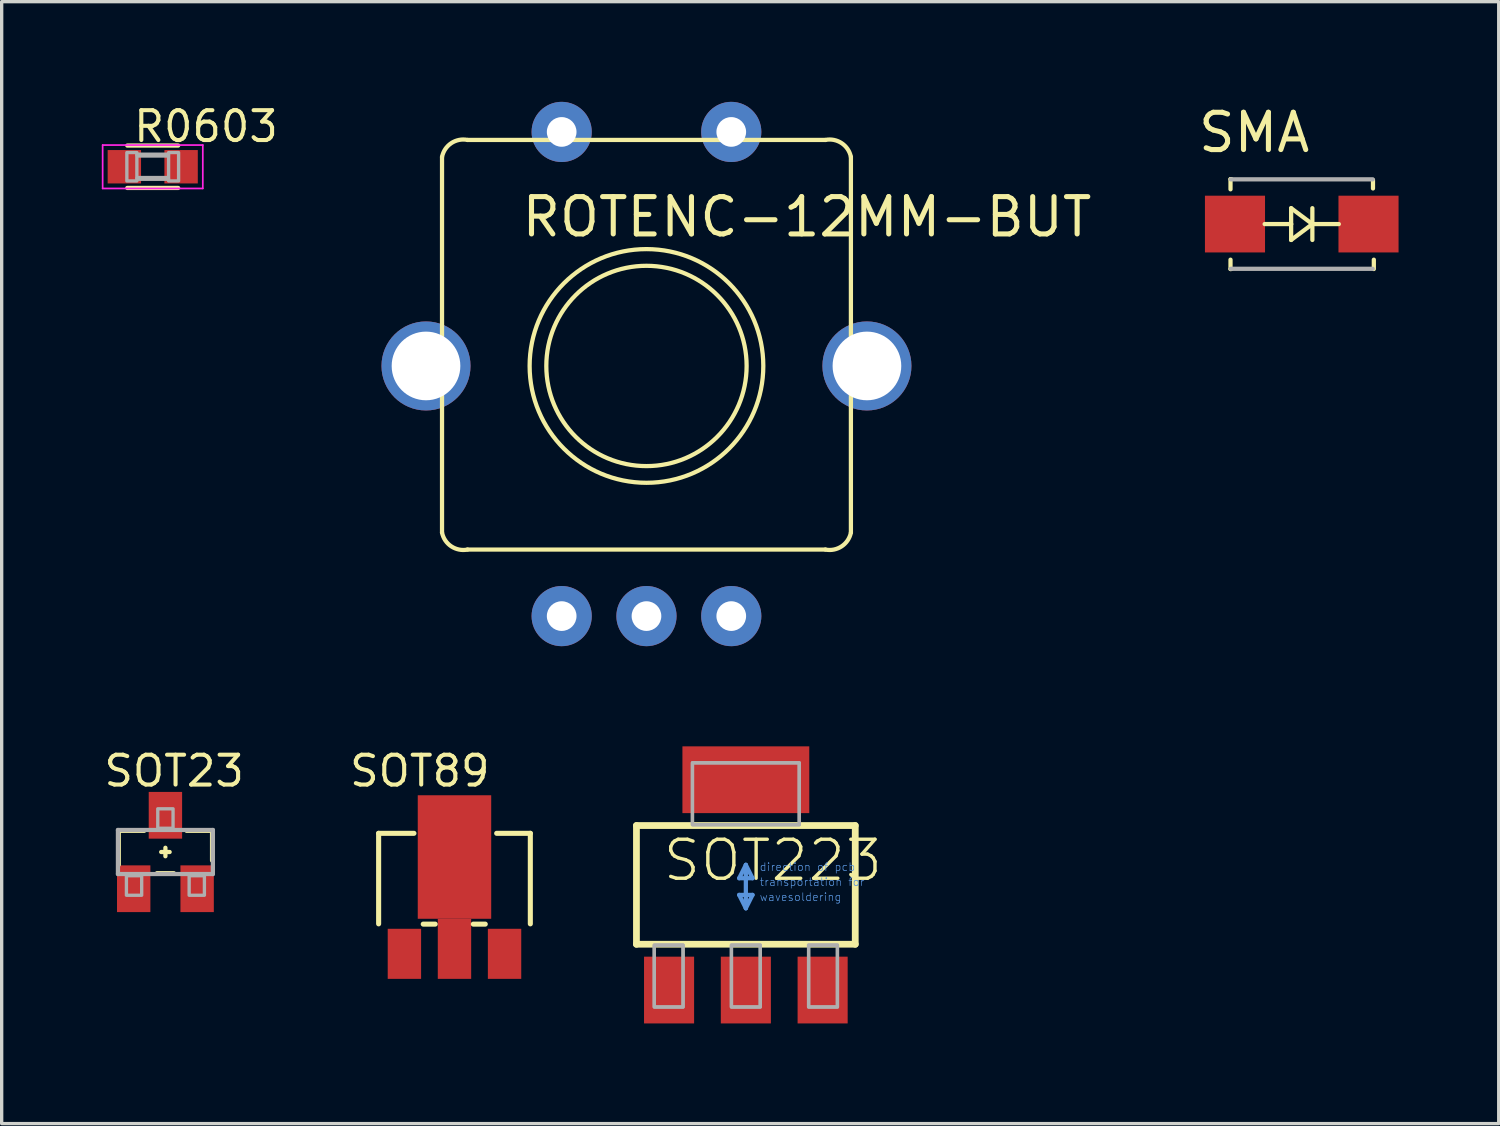
<source format=kicad_pcb>
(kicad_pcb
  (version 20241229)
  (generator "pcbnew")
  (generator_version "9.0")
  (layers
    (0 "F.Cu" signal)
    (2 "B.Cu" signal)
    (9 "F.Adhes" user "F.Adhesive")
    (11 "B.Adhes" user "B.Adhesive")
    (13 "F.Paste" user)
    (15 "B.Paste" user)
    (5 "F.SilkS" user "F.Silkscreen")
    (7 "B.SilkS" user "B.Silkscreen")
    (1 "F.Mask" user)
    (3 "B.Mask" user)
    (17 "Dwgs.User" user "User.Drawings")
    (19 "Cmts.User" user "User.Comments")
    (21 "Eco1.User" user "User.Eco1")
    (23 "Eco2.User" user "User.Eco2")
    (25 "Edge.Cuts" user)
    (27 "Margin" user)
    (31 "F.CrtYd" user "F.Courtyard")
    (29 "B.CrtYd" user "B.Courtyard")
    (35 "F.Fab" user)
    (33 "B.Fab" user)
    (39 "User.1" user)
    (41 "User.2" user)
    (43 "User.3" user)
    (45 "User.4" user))
  (footprint "SOT23"
    (layer "F.Cu")
    (at 1.905 22.472)
    (property "Reference" "SOT23" (at -1.905 -1.905 0) (unlocked yes) (layer "F.SilkS") (effects (font (size 0.894 0.894) (thickness 0.122)) (justify left bottom)))
    (fp_line (start -1.397 -0.635) (end -1.397 0.381) (stroke (width 0.127) (type solid)) (layer "F.SilkS"))
    (fp_line (start -0.635 -0.635) (end -1.397 -0.635) (stroke (width 0.127) (type solid)) (layer "F.SilkS"))
    (fp_line (start -0.254 0.635) (end 0.254 0.635) (stroke (width 0.127) (type solid)) (layer "F.SilkS"))
    (fp_line (start -0.127 0) (end 0.127 0) (stroke (width 0.127) (type solid)) (layer "F.SilkS"))
    (fp_line (start 0 -0.127) (end 0 0.127) (stroke (width 0.127) (type solid)) (layer "F.SilkS"))
    (fp_line (start 0.635 -0.635) (end 1.397 -0.635) (stroke (width 0.127) (type solid)) (layer "F.SilkS"))
    (fp_line (start 1.397 -0.635) (end 1.397 0.254) (stroke (width 0.127) (type solid)) (layer "F.SilkS"))
    (fp_line (start -1.422 -0.66) (end 1.422 -0.66) (stroke (width 0.127) (type solid)) (layer "F.Fab"))
    (fp_line (start -1.422 0.66) (end -1.422 -0.66) (stroke (width 0.127) (type solid)) (layer "F.Fab"))
    (fp_line (start 1.422 -0.66) (end 1.422 0.66) (stroke (width 0.127) (type solid)) (layer "F.Fab"))
    (fp_line (start 1.422 0.66) (end -1.422 0.66) (stroke (width 0.127) (type solid)) (layer "F.Fab"))
    (fp_poly (pts (xy -1.168 1.295) (xy -0.711 1.295) (xy -0.711 0.711) (xy -1.168 0.711)) (stroke (width 0.1) (type default)) (fill no) (layer "F.Fab"))
    (fp_poly (pts (xy -0.229 -0.711) (xy 0.229 -0.711) (xy 0.229 -1.295) (xy -0.229 -1.295)) (stroke (width 0.1) (type default)) (fill no) (layer "F.Fab"))
    (fp_poly (pts (xy 0.711 1.295) (xy 1.168 1.295) (xy 1.168 0.711) (xy 0.711 0.711)) (stroke (width 0.1) (type default)) (fill no) (layer "F.Fab"))
    (pad "1" smd rect (at -0.95 1.1) (size 1 1.4) (layers "F.Cu" "F.Mask" "F.Paste"))
    (pad "2" smd rect (at 0.95 1.1) (size 1 1.4) (layers "F.Cu" "F.Mask" "F.Paste"))
    (pad "3" smd rect (at 0 -1.1) (size 1 1.4) (layers "F.Cu" "F.Mask" "F.Paste")))
  (footprint "R0603"
    (layer "F.Cu")
    (at 1.525 1.945)
    (property "Reference" "R0603" (at -0.635 -0.685 0) (unlocked yes) (layer "F.SilkS") (effects (font (size 0.894 0.894) (thickness 0.122)) (justify left bottom)))
    (fp_line (start -0.762 -0.635) (end 0.762 -0.635) (stroke (width 0.127) (type solid)) (layer "F.SilkS"))
    (fp_line (start -0.762 0.635) (end 0.762 0.635) (stroke (width 0.127) (type solid)) (layer "F.SilkS"))
    (fp_line (start -1.5 -0.65) (end 1.5 -0.65) (stroke (width 0.051) (type solid)) (layer "F.CrtYd"))
    (fp_line (start -1.5 0.65) (end -1.5 -0.65) (stroke (width 0.051) (type solid)) (layer "F.CrtYd"))
    (fp_line (start 1.5 -0.65) (end 1.5 0.65) (stroke (width 0.051) (type solid)) (layer "F.CrtYd"))
    (fp_line (start 1.5 0.65) (end -1.5 0.65) (stroke (width 0.051) (type solid)) (layer "F.CrtYd"))
    (fp_line (start -0.445 -0.349) (end 0.445 -0.349) (stroke (width 0.152) (type solid)) (layer "F.Fab"))
    (fp_line (start 0.445 0.349) (end -0.445 0.349) (stroke (width 0.152) (type solid)) (layer "F.Fab"))
    (fp_poly (pts (xy -0.775 0.425) (xy -0.475 0.425) (xy -0.475 -0.425) (xy -0.775 -0.425)) (stroke (width 0.1) (type default)) (fill no) (layer "F.Fab"))
    (fp_poly (pts (xy 0.475 0.425) (xy 0.775 0.425) (xy 0.775 -0.425) (xy 0.475 -0.425)) (stroke (width 0.1) (type default)) (fill no) (layer "F.Fab"))
    (pad "1" smd rect (at -0.85 0) (size 1 1) (layers "F.Cu" "F.Mask" "F.Paste"))
    (pad "2" smd rect (at 0.85 0) (size 1 1) (layers "F.Cu" "F.Mask" "F.Paste")))
  (footprint "ROTENC-12MM-BUT"
    (layer "F.Cu")
    (at 16.315 7.912)
    (property "Reference" "ROTENC-12MM-BUT" (at -3.81 -3.81 0) (unlocked yes) (layer "F.SilkS") (effects (font (size 1.118 1.118) (thickness 0.152)) (justify left bottom)))
    (fp_line (start -6.124 -6.26) (end -6.124 4.99) (stroke (width 0.127) (type solid)) (layer "F.SilkS"))
    (fp_line (start -5.36 5.5) (end 5.36 5.5) (stroke (width 0.127) (type solid)) (layer "F.SilkS"))
    (fp_line (start 5.36 -6.77) (end -5.36 -6.77) (stroke (width 0.127) (type solid)) (layer "F.SilkS"))
    (fp_line (start 6.124 4.99) (end 6.124 -6.26) (stroke (width 0.127) (type solid)) (layer "F.SilkS"))
    (fp_arc (start -6.124 -6.2601) (mid -5.847654 -6.673259) (end -5.3601 -6.77) (stroke (width 0.127) (type solid)) (layer "F.SilkS"))
    (fp_arc (start -5.3601 5.5) (mid -5.847654 5.403259) (end -6.124 4.9901) (stroke (width 0.127) (type solid)) (layer "F.SilkS"))
    (fp_arc (start 5.3601 -6.77) (mid 5.847654 -6.673259) (end 6.124 -6.2601) (stroke (width 0.127) (type solid)) (layer "F.SilkS"))
    (fp_arc (start 6.124 4.9901) (mid 5.847654 5.403259) (end 5.3601 5.5) (stroke (width 0.127) (type solid)) (layer "F.SilkS"))
    (fp_circle (center 0 0) (end 3 0) (stroke (width 0.127) (type solid)) (fill no) (layer "F.SilkS"))
    (fp_circle (center 0 0) (end 3.5 0) (stroke (width 0.127) (type solid)) (fill no) (layer "F.SilkS"))
    (pad "1" thru_hole circle (at -2.54 7.493 90) (size 1.803 1.803) (drill 0.889) (layers "*.Cu" "*.Mask"))
    (pad "2" thru_hole circle (at 0 7.493 90) (size 1.803 1.803) (drill 0.889) (layers "*.Cu" "*.Mask"))
    (pad "3" thru_hole circle (at 2.54 7.493 90) (size 1.803 1.803) (drill 0.889) (layers "*.Cu" "*.Mask"))
    (pad "P$4" thru_hole circle (at -6.604 0) (size 2.667 2.667) (drill 2.057) (layers "*.Cu" "*.Mask"))
    (pad "P$5" thru_hole circle (at 6.604 0) (size 2.667 2.667) (drill 2.057) (layers "*.Cu" "*.Mask"))
    (pad "SW1" thru_hole circle (at -2.54 -7.01 90) (size 1.803 1.803) (drill 0.889) (layers "*.Cu" "*.Mask"))
    (pad "SW2" thru_hole circle (at 2.54 -7.01 90) (size 1.803 1.803) (drill 0.889) (layers "*.Cu" "*.Mask")))
  (footprint "SOT223"
    (layer "F.Cu")
    (at 19.292 23.457)
    (property "Reference" "SOT223" (at -2.54 -0.051 0) (unlocked yes) (layer "F.SilkS") (effects (font (size 1.168 1.168) (thickness 0.102)) (justify left bottom)))
    (fp_line (start -3.277 -1.778) (end 3.277 -1.778) (stroke (width 0.203) (type solid)) (layer "F.SilkS"))
    (fp_line (start -3.277 1.778) (end -3.277 -1.778) (stroke (width 0.203) (type solid)) (layer "F.SilkS"))
    (fp_line (start 3.277 -1.778) (end 3.277 1.778) (stroke (width 0.203) (type solid)) (layer "F.SilkS"))
    (fp_line (start 3.277 1.778) (end -3.277 1.778) (stroke (width 0.203) (type solid)) (layer "F.SilkS"))
    (fp_line (start -0.2 -0.2) (end 0.2 -0.2) (stroke (width 0.127) (type solid)) (layer "Cmts.User"))
    (fp_line (start -0.2 0.3) (end 0 0.7) (stroke (width 0.127) (type solid)) (layer "Cmts.User"))
    (fp_line (start 0 -0.6) (end -0.2 -0.2) (stroke (width 0.127) (type solid)) (layer "Cmts.User"))
    (fp_line (start 0 0.7) (end 0 -0.6) (stroke (width 0.127) (type solid)) (layer "Cmts.User"))
    (fp_line (start 0 0.7) (end 0.2 0.3) (stroke (width 0.127) (type solid)) (layer "Cmts.User"))
    (fp_line (start 0.2 -0.2) (end 0 -0.6) (stroke (width 0.127) (type solid)) (layer "Cmts.User"))
    (fp_line (start 0.2 0.3) (end -0.2 0.3) (stroke (width 0.127) (type solid)) (layer "Cmts.User"))
    (fp_poly (pts (xy -2.743 1.803) (xy -2.743 3.658) (xy -1.88 3.658) (xy -1.88 1.803)) (stroke (width 0.1) (type default)) (fill no) (layer "F.Fab"))
    (fp_poly (pts (xy -2.743 1.803) (xy -2.743 3.658) (xy -1.88 3.658) (xy -1.88 1.803)) (stroke (width 0.1) (type default)) (fill no) (layer "F.Fab"))
    (fp_poly (pts (xy -1.6 -3.658) (xy -1.6 -1.803) (xy 1.6 -1.803) (xy 1.6 -3.658)) (stroke (width 0.1) (type default)) (fill no) (layer "F.Fab"))
    (fp_poly (pts (xy -1.6 -3.658) (xy -1.6 -1.803) (xy 1.6 -1.803) (xy 1.6 -3.658)) (stroke (width 0.1) (type default)) (fill no) (layer "F.Fab"))
    (fp_poly (pts (xy -0.432 1.803) (xy -0.432 3.658) (xy 0.432 3.658) (xy 0.432 1.803)) (stroke (width 0.1) (type default)) (fill no) (layer "F.Fab"))
    (fp_poly (pts (xy -0.432 1.803) (xy -0.432 3.658) (xy 0.432 3.658) (xy 0.432 1.803)) (stroke (width 0.1) (type default)) (fill no) (layer "F.Fab"))
    (fp_poly (pts (xy 1.88 1.803) (xy 1.88 3.658) (xy 2.743 3.658) (xy 2.743 1.803)) (stroke (width 0.1) (type default)) (fill no) (layer "F.Fab"))
    (fp_poly (pts (xy 1.88 1.803) (xy 1.88 3.658) (xy 2.743 3.658) (xy 2.743 1.803)) (stroke (width 0.1) (type default)) (fill no) (layer "F.Fab"))
    (fp_text user "transportation for" (at 0.4 0.05 0) (unlocked yes) (layer "Cmts.User") (effects (font (size 0.234 0.234) (thickness 0.02)) (justify left bottom)))
    (fp_text user "wavesoldering" (at 0.4 0.5 0) (unlocked yes) (layer "Cmts.User") (effects (font (size 0.234 0.234) (thickness 0.02)) (justify left bottom)))
    (fp_text user "direction of pcb" (at 0.4 -0.4 0) (unlocked yes) (layer "Cmts.User") (effects (font (size 0.234 0.234) (thickness 0.02)) (justify left bottom)))
    (pad "1" smd rect (at -2.3 3.15) (size 1.5 2) (layers "F.Cu" "F.Mask" "F.Paste"))
    (pad "2" smd rect (at 0 3.15) (size 1.5 2) (layers "F.Cu" "F.Mask" "F.Paste"))
    (pad "3" smd rect (at 2.3 3.15) (size 1.5 2) (layers "F.Cu" "F.Mask" "F.Paste"))
    (pad "4" smd rect (at 0 -3.15) (size 3.8 2) (layers "F.Cu" "F.Mask" "F.Paste")))
  (footprint "SOT89"
    (layer "F.Cu")
    (at 10.564 23.522)
    (property "Reference" "SOT89" (at -3.205 -2.955 0) (unlocked yes) (layer "F.SilkS") (effects (font (size 0.894 0.894) (thickness 0.122)) (justify left bottom)))
    (fp_line (start -2.272 -1.61) (end -1.214 -1.61) (stroke (width 0.152) (type solid)) (layer "F.SilkS"))
    (fp_line (start -2.272 1.102) (end -2.272 -1.61) (stroke (width 0.152) (type solid)) (layer "F.SilkS"))
    (fp_line (start -0.578 1.11) (end -0.936 1.11) (stroke (width 0.152) (type solid)) (layer "F.SilkS"))
    (fp_line (start 0.922 1.11) (end 0.564 1.11) (stroke (width 0.152) (type solid)) (layer "F.SilkS"))
    (fp_line (start 1.264 -1.61) (end 2.272 -1.61) (stroke (width 0.152) (type solid)) (layer "F.SilkS"))
    (fp_line (start 2.272 -1.61) (end 2.272 1.102) (stroke (width 0.152) (type solid)) (layer "F.SilkS"))
    (pad "1" smd rect (at -1.5 2) (size 1 1.5) (layers "F.Cu" "F.Mask" "F.Paste"))
    (pad "2A" smd rect (at 0 1.85) (size 1 1.8) (layers "F.Cu" "F.Mask" "F.Paste"))
    (pad "2B" smd rect (at 0 -0.9) (size 2.2 3.7) (layers "F.Cu" "F.Mask" "F.Paste"))
    (pad "3" smd rect (at 1.5 2) (size 1 1.5) (layers "F.Cu" "F.Mask" "F.Paste")))
  (footprint "SMA"
    (layer "F.Cu")
    (at 35.944 3.662)
    (property "Reference" "SMA" (at -3.175 -2.087 0) (unlocked yes) (layer "F.SilkS") (effects (font (size 1.118 1.118) (thickness 0.152)) (justify left bottom)))
    (fp_line (start -2.134 -1.346) (end -2.134 -1.041) (stroke (width 0.127) (type solid)) (layer "F.SilkS"))
    (fp_line (start -2.134 1.346) (end -2.134 1.067) (stroke (width 0.127) (type solid)) (layer "F.SilkS"))
    (fp_line (start -2.108 -1.346) (end -2.134 -1.346) (stroke (width 0.127) (type solid)) (layer "F.SilkS"))
    (fp_line (start -2.108 1.346) (end -2.134 1.346) (stroke (width 0.127) (type solid)) (layer "F.SilkS"))
    (fp_line (start -0.318 -0.476) (end -0.318 0) (stroke (width 0.127) (type solid)) (layer "F.SilkS"))
    (fp_line (start -0.318 0) (end -1.111 0) (stroke (width 0.127) (type solid)) (layer "F.SilkS"))
    (fp_line (start -0.318 0) (end -0.318 0.476) (stroke (width 0.127) (type solid)) (layer "F.SilkS"))
    (fp_line (start -0.318 0.476) (end 0.318 0) (stroke (width 0.127) (type solid)) (layer "F.SilkS"))
    (fp_line (start 0.318 0) (end -0.318 -0.476) (stroke (width 0.127) (type solid)) (layer "F.SilkS"))
    (fp_line (start 0.318 0) (end 0.318 -0.476) (stroke (width 0.127) (type solid)) (layer "F.SilkS"))
    (fp_line (start 0.318 0) (end 0.318 0.476) (stroke (width 0.127) (type solid)) (layer "F.SilkS"))
    (fp_line (start 0.318 0) (end 1.111 0) (stroke (width 0.127) (type solid)) (layer "F.SilkS"))
    (fp_line (start 2.134 -1.321) (end 2.134 -1.067) (stroke (width 0.127) (type solid)) (layer "F.SilkS"))
    (fp_line (start 2.159 1.346) (end 2.159 1.067) (stroke (width 0.127) (type solid)) (layer "F.SilkS"))
    (fp_line (start -2.125 -1.34) (end 2.125 -1.34) (stroke (width 0.127) (type solid)) (layer "F.Fab"))
    (fp_line (start -2.125 1.34) (end 2.125 1.34) (stroke (width 0.127) (type solid)) (layer "F.Fab"))
    (pad "A" smd rect (at -2 0) (size 1.8 1.7) (layers "F.Cu" "F.Mask" "F.Paste"))
    (pad "K" smd rect (at 2 0) (size 1.8 1.7) (layers "F.Cu" "F.Mask" "F.Paste")))
  (gr_rect
    (start -3 -3)
    (end 41.844 30.607)
    (stroke (width 0.1) (type default))
    (fill no)
    (layer "Edge.Cuts")))
</source>
